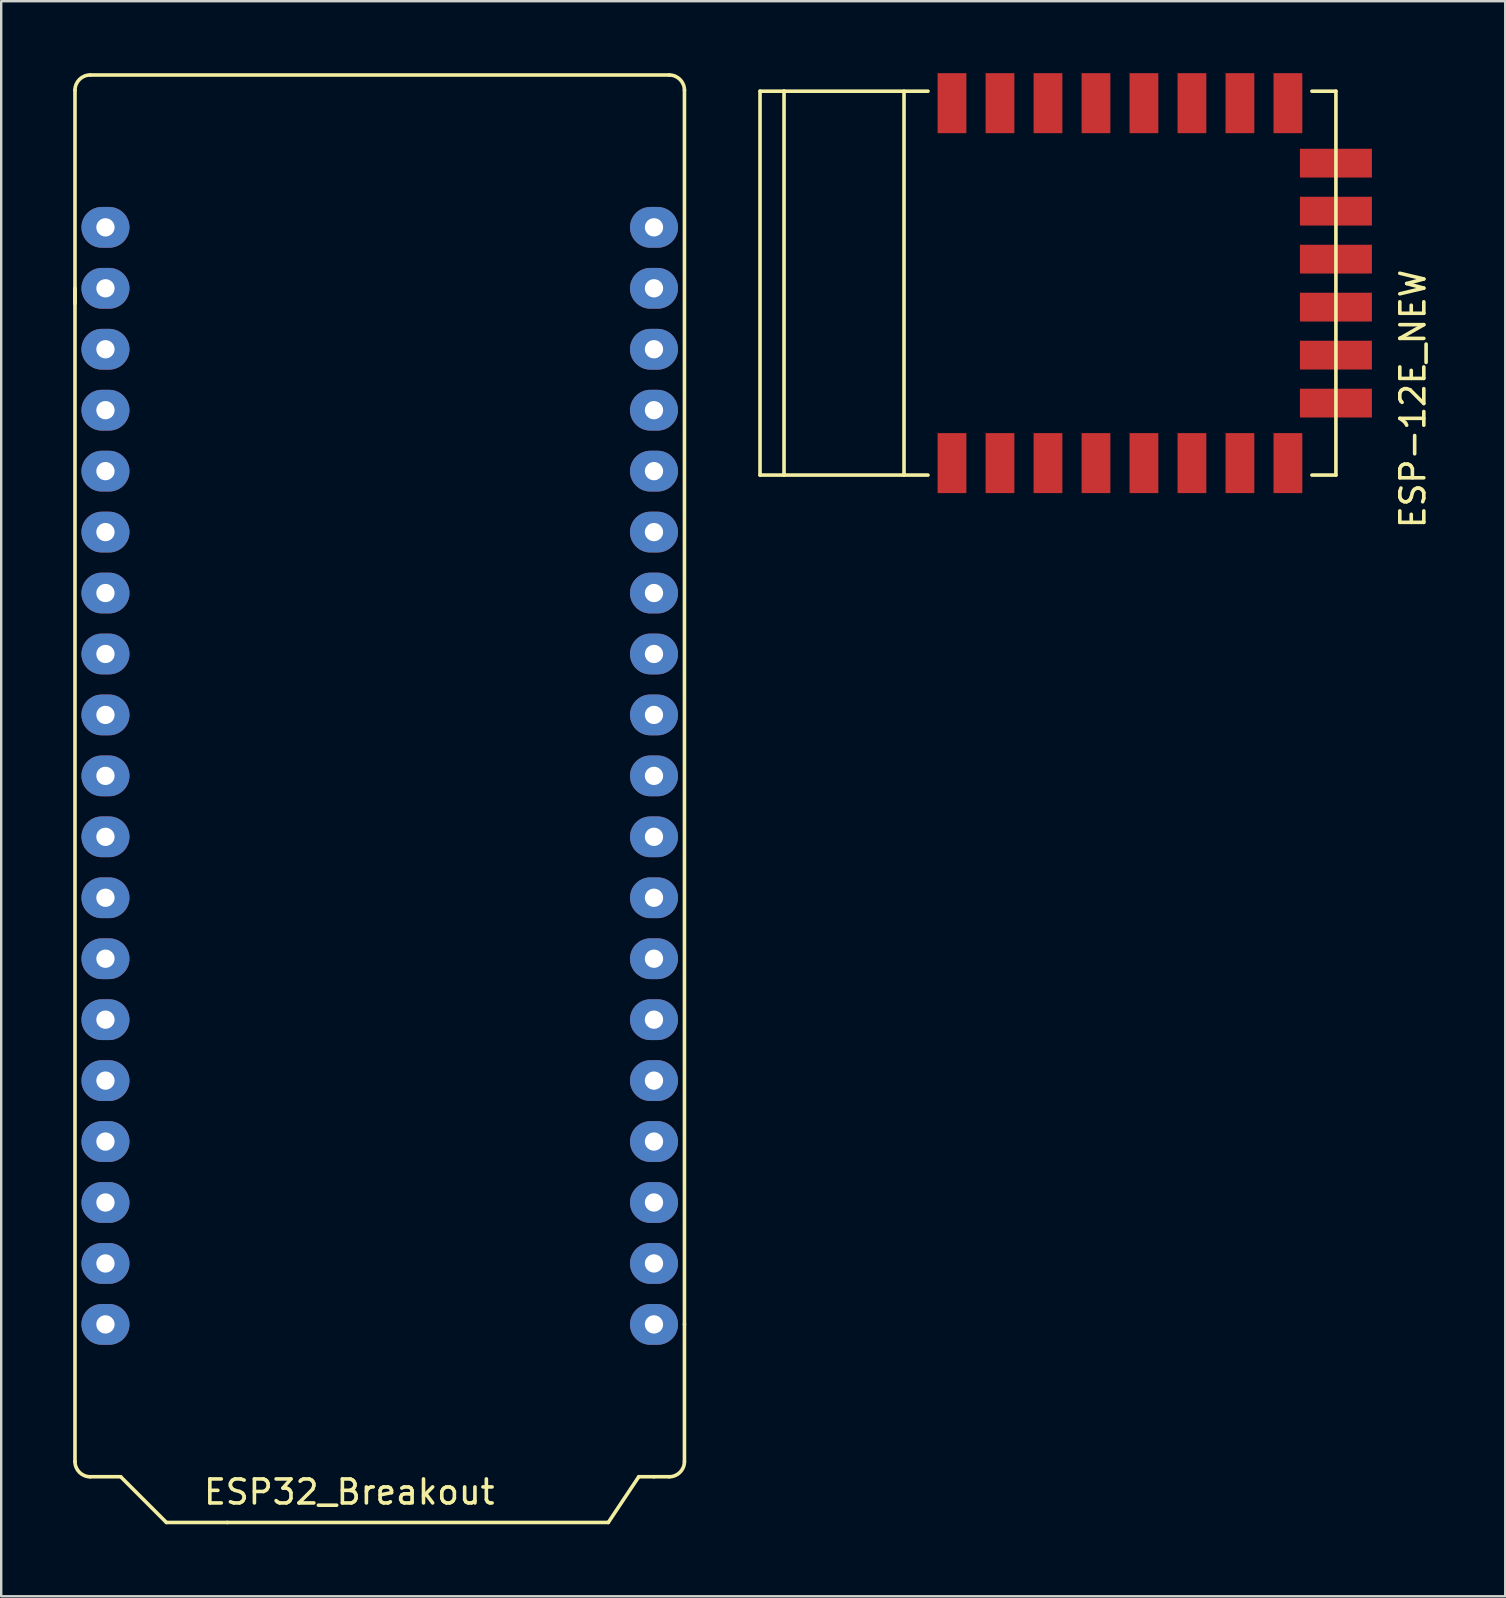
<source format=kicad_pcb>
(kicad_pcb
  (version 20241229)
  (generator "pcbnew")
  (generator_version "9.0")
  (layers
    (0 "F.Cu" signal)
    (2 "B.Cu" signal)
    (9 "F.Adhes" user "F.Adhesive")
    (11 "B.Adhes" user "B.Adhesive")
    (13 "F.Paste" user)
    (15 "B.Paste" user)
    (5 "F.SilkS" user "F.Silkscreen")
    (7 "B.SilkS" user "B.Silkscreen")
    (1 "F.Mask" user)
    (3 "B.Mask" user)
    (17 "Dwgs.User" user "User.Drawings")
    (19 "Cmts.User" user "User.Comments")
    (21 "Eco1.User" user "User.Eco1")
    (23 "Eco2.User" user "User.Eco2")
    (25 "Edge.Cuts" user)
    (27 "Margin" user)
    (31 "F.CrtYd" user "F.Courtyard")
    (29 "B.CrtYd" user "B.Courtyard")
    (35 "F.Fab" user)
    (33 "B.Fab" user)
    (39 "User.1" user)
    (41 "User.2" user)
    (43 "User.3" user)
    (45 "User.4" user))
  (footprint "ESP32_Breakout"
    (layer "F.Cu")
    (at 11.505 29.285)
    (property "Reference" "ESP32_Breakout" (at 0 29.845 0) (layer "F.SilkS") (effects (font (size 1 1) (thickness 0.15))))
    (attr through_hole)
    (fp_line (start -11.43 -28.575) (end -11.43 -19.685) (stroke (width 0.15) (type solid)) (layer "F.SilkS"))
    (fp_line (start -11.43 28.575) (end -11.43 -20.32) (stroke (width 0.15) (type solid)) (layer "F.SilkS"))
    (fp_line (start -10.795 -29.21) (end 13.335 -29.21) (stroke (width 0.15) (type solid)) (layer "F.SilkS"))
    (fp_line (start -10.795 29.21) (end -9.525 29.21) (stroke (width 0.15) (type solid)) (layer "F.SilkS"))
    (fp_line (start -9.525 29.21) (end -7.62 31.115) (stroke (width 0.15) (type solid)) (layer "F.SilkS"))
    (fp_line (start -7.62 31.115) (end -5.08 31.115) (stroke (width 0.15) (type solid)) (layer "F.SilkS"))
    (fp_line (start 10.795 31.115) (end -5.08 31.115) (stroke (width 0.15) (type solid)) (layer "F.SilkS"))
    (fp_line (start 12.065 29.21) (end 10.795 31.115) (stroke (width 0.15) (type solid)) (layer "F.SilkS"))
    (fp_line (start 12.7 29.21) (end 12.065 29.21) (stroke (width 0.15) (type solid)) (layer "F.SilkS"))
    (fp_line (start 13.335 29.21) (end 12.7 29.21) (stroke (width 0.15) (type solid)) (layer "F.SilkS"))
    (fp_line (start 13.97 -28.575) (end 13.97 22.86) (stroke (width 0.15) (type solid)) (layer "F.SilkS"))
    (fp_line (start 13.97 28.575) (end 13.97 22.86) (stroke (width 0.15) (type solid)) (layer "F.SilkS"))
    (fp_arc (start -11.43 -28.575) (mid -11.244013 -29.024013) (end -10.795 -29.21) (stroke (width 0.15) (type solid)) (layer "F.SilkS"))
    (fp_arc (start -10.795 29.21) (mid -11.244013 29.024013) (end -11.43 28.575) (stroke (width 0.15) (type solid)) (layer "F.SilkS"))
    (fp_arc (start 13.335 -29.21) (mid 13.784013 -29.024013) (end 13.97 -28.575) (stroke (width 0.15) (type solid)) (layer "F.SilkS"))
    (fp_arc (start 13.97 28.575) (mid 13.784013 29.024013) (end 13.335 29.21) (stroke (width 0.15) (type solid)) (layer "F.SilkS"))
    (pad "1" thru_hole oval (at -10.16 -22.86) (size 2 1.7) (drill 0.762) (layers "*.Cu" "*.Mask"))
    (pad "2" thru_hole oval (at -10.16 -20.32) (size 2 1.7) (drill 0.762) (layers "*.Cu" "*.Mask"))
    (pad "3" thru_hole oval (at -10.16 -17.78) (size 2 1.7) (drill 0.762) (layers "*.Cu" "*.Mask"))
    (pad "4" thru_hole oval (at -10.16 -15.24) (size 2 1.7) (drill 0.762) (layers "*.Cu" "*.Mask"))
    (pad "5" thru_hole oval (at -10.16 -12.7) (size 2 1.7) (drill 0.762) (layers "*.Cu" "*.Mask"))
    (pad "6" thru_hole oval (at -10.16 -10.16) (size 2 1.7) (drill 0.762) (layers "*.Cu" "*.Mask"))
    (pad "7" thru_hole oval (at -10.16 -7.62) (size 2 1.7) (drill 0.762) (layers "*.Cu" "*.Mask"))
    (pad "8" thru_hole oval (at -10.16 -5.08) (size 2 1.7) (drill 0.762) (layers "*.Cu" "*.Mask"))
    (pad "9" thru_hole oval (at -10.16 -2.54) (size 2 1.7) (drill 0.762) (layers "*.Cu" "*.Mask"))
    (pad "10" thru_hole oval (at -10.16 0) (size 2 1.7) (drill 0.762) (layers "*.Cu" "*.Mask"))
    (pad "11" thru_hole oval (at -10.16 2.54) (size 2 1.7) (drill 0.762) (layers "*.Cu" "*.Mask"))
    (pad "12" thru_hole oval (at -10.16 5.08) (size 2 1.7) (drill 0.762) (layers "*.Cu" "*.Mask"))
    (pad "13" thru_hole oval (at -10.16 7.62) (size 2 1.7) (drill 0.762) (layers "*.Cu" "*.Mask"))
    (pad "14" thru_hole oval (at -10.16 10.16) (size 2 1.7) (drill 0.762) (layers "*.Cu" "*.Mask"))
    (pad "15" thru_hole oval (at -10.16 12.7) (size 2 1.7) (drill 0.762) (layers "*.Cu" "*.Mask"))
    (pad "16" thru_hole oval (at -10.16 15.24) (size 2 1.7) (drill 0.762) (layers "*.Cu" "*.Mask"))
    (pad "17" thru_hole oval (at -10.16 17.78) (size 2 1.7) (drill 0.762) (layers "*.Cu" "*.Mask"))
    (pad "18" thru_hole oval (at -10.16 20.32) (size 2 1.7) (drill 0.762) (layers "*.Cu" "*.Mask"))
    (pad "19" thru_hole oval (at -10.16 22.86) (size 2 1.7) (drill 0.762) (layers "*.Cu" "*.Mask"))
    (pad "20" thru_hole oval (at 12.7 22.86) (size 2 1.7) (drill 0.762) (layers "*.Cu" "*.Mask"))
    (pad "21" thru_hole oval (at 12.7 20.32) (size 2 1.7) (drill 0.762) (layers "*.Cu" "*.Mask"))
    (pad "22" thru_hole oval (at 12.7 17.78) (size 2 1.7) (drill 0.762) (layers "*.Cu" "*.Mask"))
    (pad "23" thru_hole oval (at 12.7 15.24) (size 2 1.7) (drill 0.762) (layers "*.Cu" "*.Mask"))
    (pad "24" thru_hole oval (at 12.7 12.7) (size 2 1.7) (drill 0.762) (layers "*.Cu" "*.Mask"))
    (pad "25" thru_hole oval (at 12.7 10.16) (size 2 1.7) (drill 0.762) (layers "*.Cu" "*.Mask"))
    (pad "26" thru_hole oval (at 12.7 7.62) (size 2 1.7) (drill 0.762) (layers "*.Cu" "*.Mask"))
    (pad "27" thru_hole oval (at 12.7 5.08) (size 2 1.7) (drill 0.762) (layers "*.Cu" "*.Mask"))
    (pad "28" thru_hole oval (at 12.7 2.54) (size 2 1.7) (drill 0.762) (layers "*.Cu" "*.Mask"))
    (pad "29" thru_hole oval (at 12.7 0) (size 2 1.7) (drill 0.762) (layers "*.Cu" "*.Mask"))
    (pad "30" thru_hole oval (at 12.7 -2.54) (size 2 1.7) (drill 0.762) (layers "*.Cu" "*.Mask"))
    (pad "31" thru_hole oval (at 12.7 -5.08) (size 2 1.7) (drill 0.762) (layers "*.Cu" "*.Mask"))
    (pad "32" thru_hole oval (at 12.7 -7.62) (size 2 1.7) (drill 0.762) (layers "*.Cu" "*.Mask"))
    (pad "33" thru_hole oval (at 12.7 -10.16) (size 2 1.7) (drill 0.762) (layers "*.Cu" "*.Mask"))
    (pad "34" thru_hole oval (at 12.7 -12.7) (size 2 1.7) (drill 0.762) (layers "*.Cu" "*.Mask"))
    (pad "35" thru_hole oval (at 12.7 -15.24) (size 2 1.7) (drill 0.762) (layers "*.Cu" "*.Mask"))
    (pad "36" thru_hole oval (at 12.7 -17.78) (size 2 1.7) (drill 0.762) (layers "*.Cu" "*.Mask"))
    (pad "37" thru_hole oval (at 12.7 -20.32) (size 2 1.7) (drill 0.762) (layers "*.Cu" "*.Mask"))
    (pad "38" thru_hole oval (at 12.7 -22.86) (size 2 1.7) (drill 0.762) (layers "*.Cu" "*.Mask")))
  (footprint "ESP-12E_NEW"
    (layer "F.Cu")
    (at 42.625 8.75)
    (property "Reference" "ESP-12E_NEW" (at 13.208 4.826 90) (layer "F.SilkS") (effects (font (size 1 1) (thickness 0.15))))
    (attr through_hole)
    (fp_line (start -14 -8) (end -14 8) (stroke (width 0.15) (type solid)) (layer "F.SilkS"))
    (fp_line (start -14 8) (end -13 8) (stroke (width 0.15) (type solid)) (layer "F.SilkS"))
    (fp_line (start -13 -8) (end -14 -8) (stroke (width 0.15) (type solid)) (layer "F.SilkS"))
    (fp_line (start -13 -8) (end -7 -8) (stroke (width 0.15) (type solid)) (layer "F.SilkS"))
    (fp_line (start -13 8) (end -13 -8) (stroke (width 0.15) (type solid)) (layer "F.SilkS"))
    (fp_line (start -8 -8) (end -8 8) (stroke (width 0.15) (type solid)) (layer "F.SilkS"))
    (fp_line (start -7 8) (end -13 8) (stroke (width 0.15) (type solid)) (layer "F.SilkS"))
    (fp_line (start 9 8) (end 10 8) (stroke (width 0.15) (type solid)) (layer "F.SilkS"))
    (fp_line (start 10 -8) (end 9 -8) (stroke (width 0.15) (type solid)) (layer "F.SilkS"))
    (fp_line (start 10 8) (end 10 -8) (stroke (width 0.15) (type solid)) (layer "F.SilkS"))
    (pad "1" smd rect (at -6 7.5) (size 1.2 2.5) (layers "F.Cu" "F.Mask" "F.Paste"))
    (pad "2" smd rect (at -4 7.5) (size 1.2 2.5) (layers "F.Cu" "F.Mask" "F.Paste"))
    (pad "3" smd rect (at -2 7.5) (size 1.2 2.5) (layers "F.Cu" "F.Mask" "F.Paste"))
    (pad "4" smd rect (at 0 7.5) (size 1.2 2.5) (layers "F.Cu" "F.Mask" "F.Paste"))
    (pad "5" smd rect (at 2 7.5) (size 1.2 2.5) (layers "F.Cu" "F.Mask" "F.Paste"))
    (pad "6" smd rect (at 4 7.5) (size 1.2 2.5) (layers "F.Cu" "F.Mask" "F.Paste"))
    (pad "7" smd rect (at 6 7.5) (size 1.2 2.5) (layers "F.Cu" "F.Mask" "F.Paste"))
    (pad "8" smd rect (at 8 7.5) (size 1.2 2.5) (layers "F.Cu" "F.Mask" "F.Paste"))
    (pad "9" smd rect (at 10 5 270) (size 1.2 3) (layers "F.Cu" "F.Mask" "F.Paste"))
    (pad "10" smd rect (at 10 3 270) (size 1.2 3) (layers "F.Cu" "F.Mask" "F.Paste"))
    (pad "11" smd rect (at 10 1 270) (size 1.2 3) (layers "F.Cu" "F.Mask" "F.Paste"))
    (pad "12" smd rect (at 10 -1 270) (size 1.2 3) (layers "F.Cu" "F.Mask" "F.Paste"))
    (pad "13" smd rect (at 10 -3 270) (size 1.2 3) (layers "F.Cu" "F.Mask" "F.Paste"))
    (pad "14" smd rect (at 10 -5 270) (size 1.2 3) (layers "F.Cu" "F.Mask" "F.Paste"))
    (pad "15" smd rect (at 8 -7.5) (size 1.2 2.5) (layers "F.Cu" "F.Mask" "F.Paste"))
    (pad "16" smd rect (at 6 -7.5) (size 1.2 2.5) (layers "F.Cu" "F.Mask" "F.Paste"))
    (pad "17" smd rect (at 4 -7.5) (size 1.2 2.5) (layers "F.Cu" "F.Mask" "F.Paste"))
    (pad "18" smd rect (at 2 -7.5) (size 1.2 2.5) (layers "F.Cu" "F.Mask" "F.Paste"))
    (pad "19" smd rect (at 0 -7.5) (size 1.2 2.5) (layers "F.Cu" "F.Mask" "F.Paste"))
    (pad "20" smd rect (at -2 -7.5) (size 1.2 2.5) (layers "F.Cu" "F.Mask" "F.Paste"))
    (pad "21" smd rect (at -4 -7.5) (size 1.2 2.5) (layers "F.Cu" "F.Mask" "F.Paste"))
    (pad "22" smd rect (at -6 -7.5) (size 1.2 2.5) (layers "F.Cu" "F.Mask" "F.Paste")))
  (gr_rect
    (start -3 -3)
    (end 59.681 63.475)
    (stroke (width 0.1) (type default))
    (fill no)
    (layer "Edge.Cuts")))
</source>
